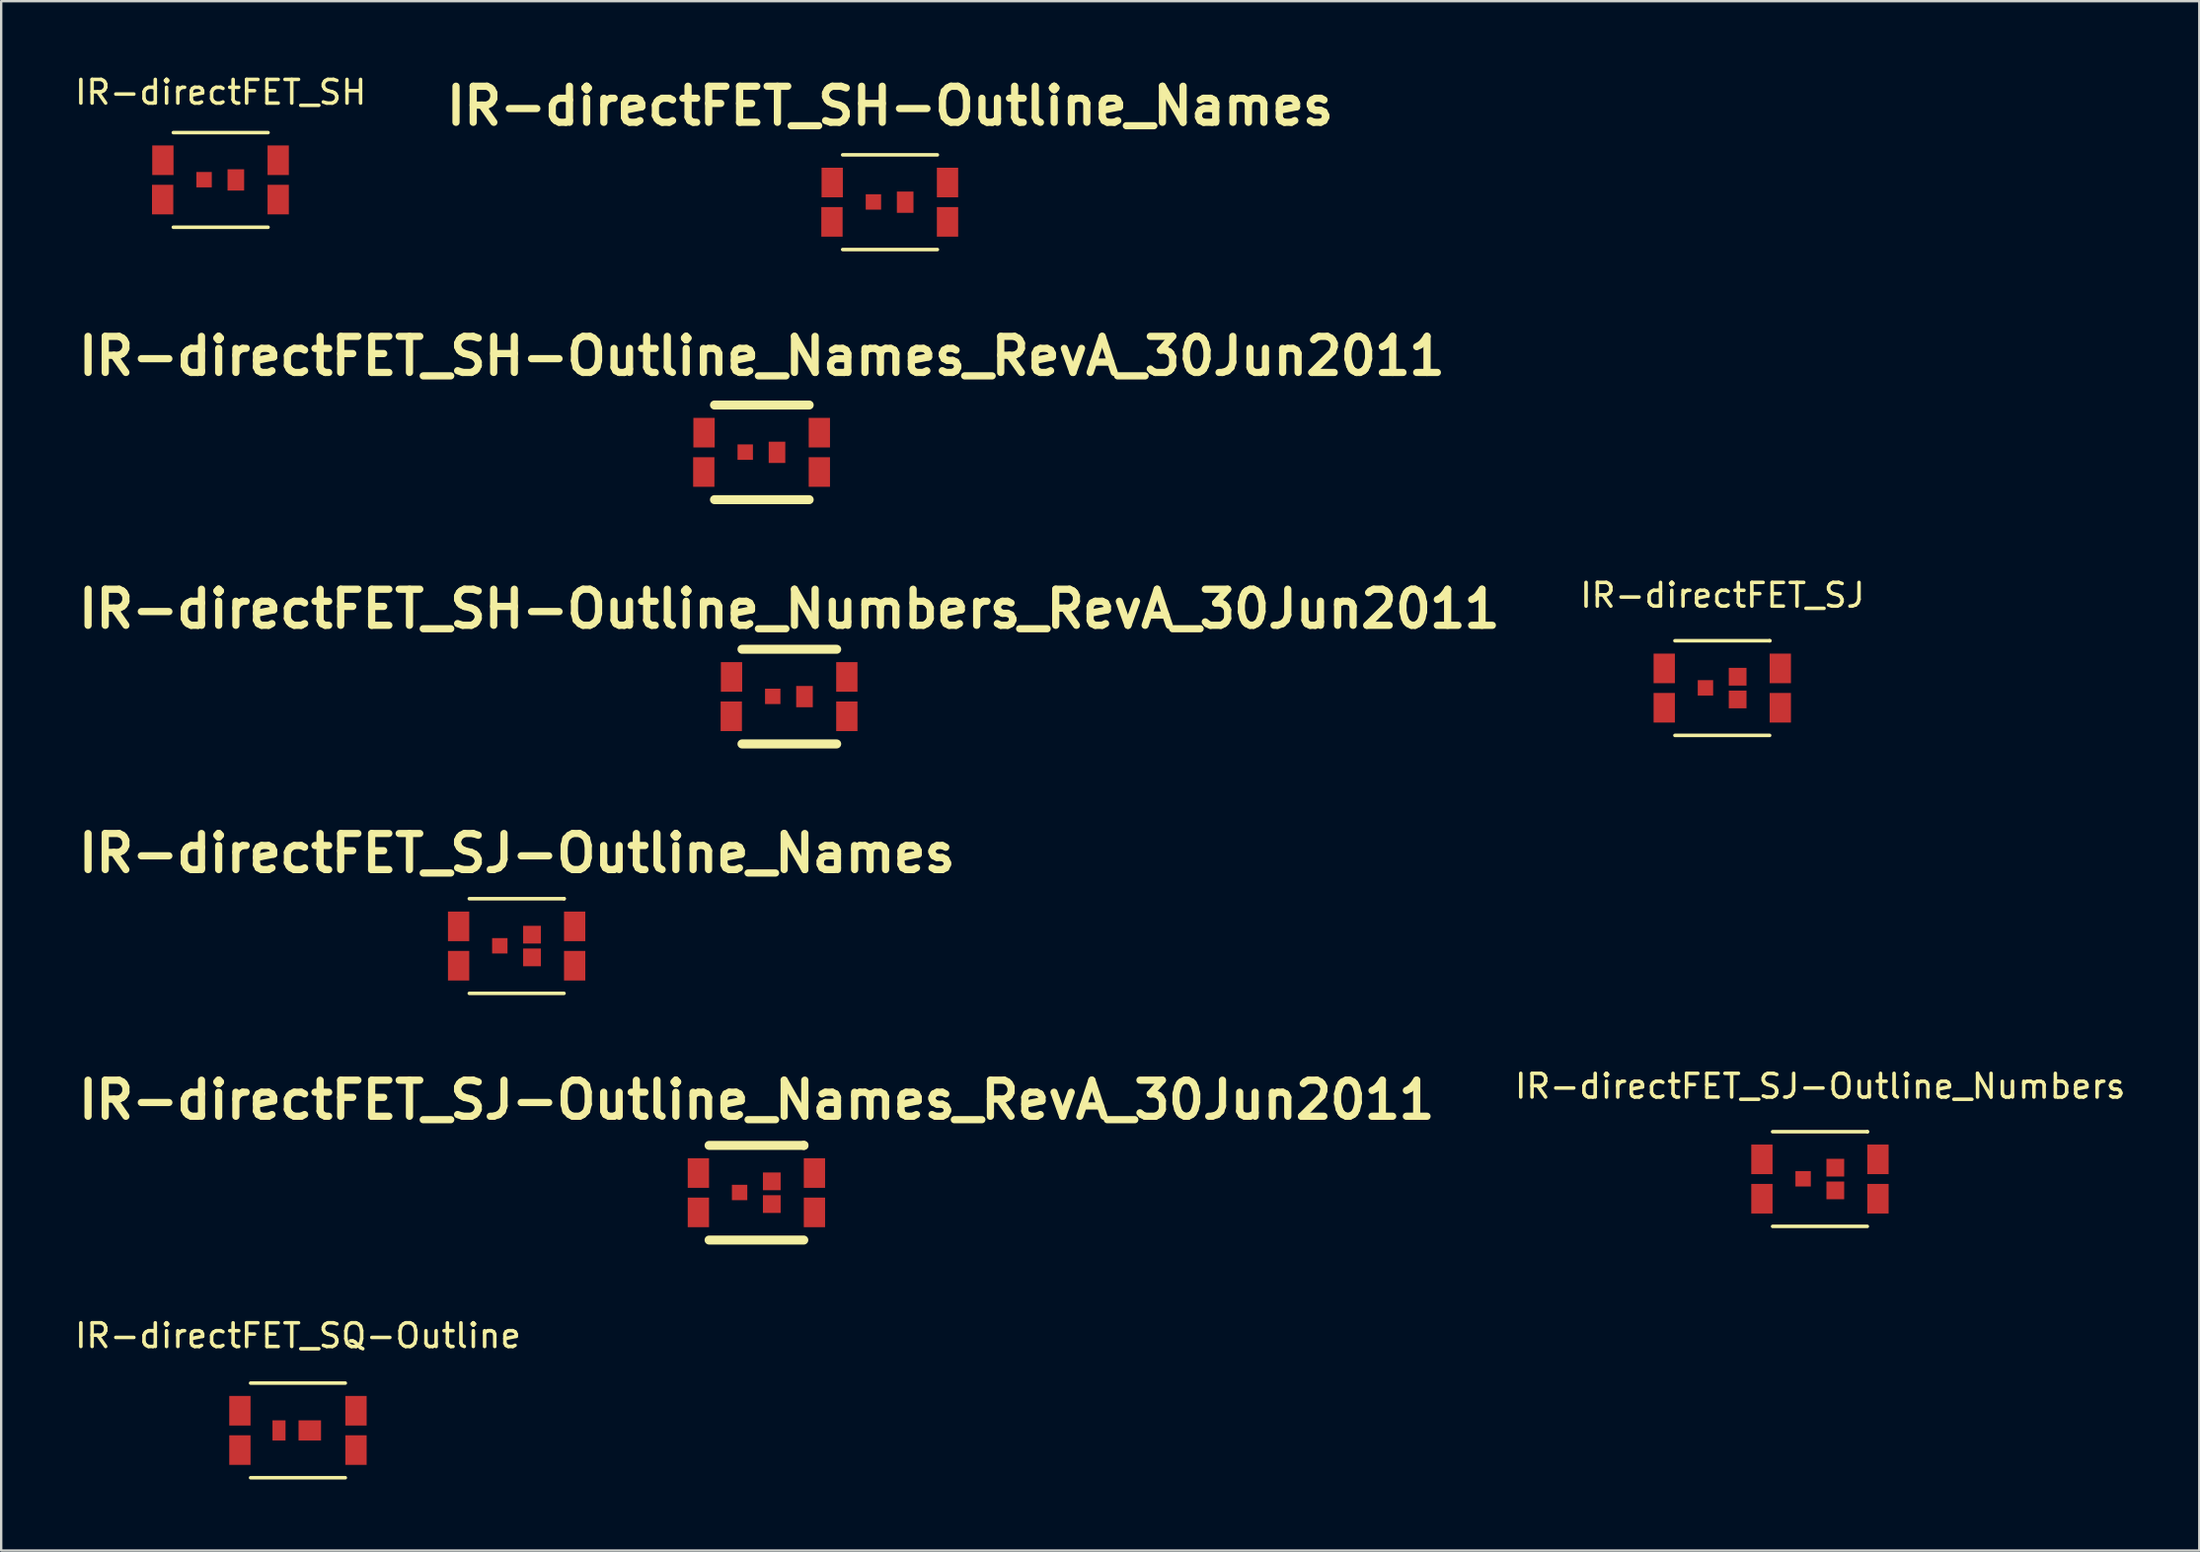
<source format=kicad_pcb>
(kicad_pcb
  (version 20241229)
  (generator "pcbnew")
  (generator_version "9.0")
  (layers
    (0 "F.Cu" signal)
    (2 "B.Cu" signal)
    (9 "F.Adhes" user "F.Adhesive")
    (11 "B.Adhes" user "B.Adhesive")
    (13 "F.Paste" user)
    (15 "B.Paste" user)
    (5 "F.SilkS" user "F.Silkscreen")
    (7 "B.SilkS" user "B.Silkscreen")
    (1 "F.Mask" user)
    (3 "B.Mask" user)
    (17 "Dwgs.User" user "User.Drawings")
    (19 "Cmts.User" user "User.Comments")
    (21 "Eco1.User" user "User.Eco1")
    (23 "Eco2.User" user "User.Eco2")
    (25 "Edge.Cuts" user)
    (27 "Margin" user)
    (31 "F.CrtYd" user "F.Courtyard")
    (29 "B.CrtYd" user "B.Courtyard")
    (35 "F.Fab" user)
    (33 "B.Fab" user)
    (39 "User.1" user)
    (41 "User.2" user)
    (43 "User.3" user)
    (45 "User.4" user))
  (footprint "IR-directFET_SH"
    (layer "F.Cu")
    (at 6.268 4.549)
    (property "Reference" "IR-directFET_SH" (at 0 -3.701 0) (layer "F.SilkS") (effects (font (size 1 1) (thickness 0.15))))
    (attr through_hole)
    (fp_line (start -1.999 -1.999) (end 1.999 -1.999) (stroke (width 0.15) (type solid)) (layer "F.SilkS"))
    (fp_line (start 1.999 1.999) (end -1.999 1.999) (stroke (width 0.15) (type solid)) (layer "F.SilkS"))
    (pad "D" smd rect (at -2.451 0.831) (size 0.899 1.25) (layers "F.Cu" "F.Mask" "F.Paste"))
    (pad "D" smd rect (at -2.441 -0.831) (size 0.899 1.25) (layers "F.Cu" "F.Mask" "F.Paste"))
    (pad "D" smd rect (at 2.428 -0.831) (size 0.899 1.25) (layers "F.Cu" "F.Mask" "F.Paste"))
    (pad "D" smd rect (at 2.428 0.831) (size 0.899 1.25) (layers "F.Cu" "F.Mask" "F.Paste"))
    (pad "G" smd rect (at -0.701 -0.01) (size 0.65 0.65) (layers "F.Cu" "F.Mask" "F.Paste"))
    (pad "S" smd rect (at 0.64 0) (size 0.701 0.899) (layers "F.Cu" "F.Mask" "F.Paste")))
  (footprint "IR-directFET_SH-Outline_Names"
    (layer "F.Cu")
    (at 34.528 5.49)
    (property "Reference" "IR-directFET_SH-Outline_Names" (at 0 -4.064 0) (layer "F.SilkS") (effects (font (size 1.524 1.524) (thickness 0.305))))
    (attr through_hole)
    (fp_line (start -1.999 -1.999) (end 1.999 -1.999) (stroke (width 0.15) (type solid)) (layer "F.SilkS"))
    (fp_line (start 1.999 1.999) (end -1.999 1.999) (stroke (width 0.15) (type solid)) (layer "F.SilkS"))
    (pad "D" smd rect (at -2.451 0.831) (size 0.899 1.25) (layers "F.Cu" "F.Mask" "F.Paste"))
    (pad "D" smd rect (at -2.441 -0.831) (size 0.899 1.25) (layers "F.Cu" "F.Mask" "F.Paste"))
    (pad "D" smd rect (at 2.428 -0.831) (size 0.899 1.25) (layers "F.Cu" "F.Mask" "F.Paste"))
    (pad "D" smd rect (at 2.428 0.831) (size 0.899 1.25) (layers "F.Cu" "F.Mask" "F.Paste"))
    (pad "G" smd rect (at -0.701 -0.01) (size 0.65 0.65) (layers "F.Cu" "F.Mask" "F.Paste"))
    (pad "S" smd rect (at 0.64 0) (size 0.701 0.899) (layers "F.Cu" "F.Mask" "F.Paste")))
  (footprint "IR-directFET_SJ-Outline_Names_RevA_30Jun2011"
    (layer "F.Cu")
    (at 28.888 47.326)
    (property "Reference" "IR-directFET_SJ-Outline_Names_RevA_30Jun2011" (at 0.01 -3.919 0) (layer "F.SilkS") (effects (font (size 1.524 1.524) (thickness 0.305))))
    (attr through_hole)
    (fp_line (start -1.999 -1.999) (end 1.999 -1.999) (stroke (width 0.381) (type solid)) (layer "F.SilkS"))
    (fp_line (start 1.999 -1.999) (end 2.009 -1.999) (stroke (width 0.381) (type solid)) (layer "F.SilkS"))
    (fp_line (start 1.999 1.999) (end -1.999 1.999) (stroke (width 0.381) (type solid)) (layer "F.SilkS"))
    (pad "D" smd rect (at -2.451 -0.831) (size 0.899 1.25) (layers "F.Cu" "F.Mask" "F.Paste"))
    (pad "D" smd rect (at -2.451 0.831) (size 0.899 1.25) (layers "F.Cu" "F.Mask" "F.Paste"))
    (pad "D" smd rect (at 2.449 -0.831) (size 0.899 1.25) (layers "F.Cu" "F.Mask" "F.Paste"))
    (pad "D" smd rect (at 2.449 0.831) (size 0.899 1.25) (layers "F.Cu" "F.Mask" "F.Paste"))
    (pad "G" smd rect (at -0.711 -0.01) (size 0.65 0.65) (layers "F.Cu" "F.Mask" "F.Paste"))
    (pad "S" smd rect (at 0.648 -0.48) (size 0.749 0.749) (layers "F.Cu" "F.Mask" "F.Paste"))
    (pad "S" smd rect (at 0.648 0.48) (size 0.749 0.749) (layers "F.Cu" "F.Mask" "F.Paste")))
  (footprint "IR-directFET_SH-Outline_Names_RevA_30Jun2011"
    (layer "F.Cu")
    (at 29.116 16.055)
    (property "Reference" "IR-directFET_SH-Outline_Names_RevA_30Jun2011" (at 0 -4.064 0) (layer "F.SilkS") (effects (font (size 1.524 1.524) (thickness 0.305))))
    (attr through_hole)
    (fp_line (start -1.999 -1.999) (end 1.999 -1.999) (stroke (width 0.381) (type solid)) (layer "F.SilkS"))
    (fp_line (start 1.999 1.999) (end -1.999 1.999) (stroke (width 0.381) (type solid)) (layer "F.SilkS"))
    (pad "D" smd rect (at -2.451 0.831) (size 0.899 1.25) (layers "F.Cu" "F.Mask" "F.Paste"))
    (pad "D" smd rect (at -2.441 -0.831) (size 0.899 1.25) (layers "F.Cu" "F.Mask" "F.Paste"))
    (pad "D" smd rect (at 2.428 -0.831) (size 0.899 1.25) (layers "F.Cu" "F.Mask" "F.Paste"))
    (pad "D" smd rect (at 2.428 0.831) (size 0.899 1.25) (layers "F.Cu" "F.Mask" "F.Paste"))
    (pad "G" smd rect (at -0.701 -0.01) (size 0.65 0.65) (layers "F.Cu" "F.Mask" "F.Paste"))
    (pad "S" smd rect (at 0.64 0) (size 0.701 0.899) (layers "F.Cu" "F.Mask" "F.Paste")))
  (footprint "IR-directFET_SH-Outline_Numbers_RevA_30Jun2011"
    (layer "F.Cu")
    (at 30.277 26.372)
    (property "Reference" "IR-directFET_SH-Outline_Numbers_RevA_30Jun2011" (at 0 -3.701 0) (layer "F.SilkS") (effects (font (size 1.524 1.524) (thickness 0.305))))
    (attr through_hole)
    (fp_line (start -1.999 -1.999) (end 1.999 -1.999) (stroke (width 0.381) (type solid)) (layer "F.SilkS"))
    (fp_line (start 1.999 1.999) (end -1.999 1.999) (stroke (width 0.381) (type solid)) (layer "F.SilkS"))
    (pad "D" smd rect (at -2.451 0.831) (size 0.899 1.25) (layers "F.Cu" "F.Mask" "F.Paste"))
    (pad "D" smd rect (at -2.441 -0.831) (size 0.899 1.25) (layers "F.Cu" "F.Mask" "F.Paste"))
    (pad "D" smd rect (at 2.428 -0.831) (size 0.899 1.25) (layers "F.Cu" "F.Mask" "F.Paste"))
    (pad "D" smd rect (at 2.428 0.831) (size 0.899 1.25) (layers "F.Cu" "F.Mask" "F.Paste"))
    (pad "G" smd rect (at -0.701 -0.01) (size 0.65 0.65) (layers "F.Cu" "F.Mask" "F.Paste"))
    (pad "S" smd rect (at 0.64 0) (size 0.701 0.899) (layers "F.Cu" "F.Mask" "F.Paste")))
  (footprint "IR-directFET_SJ"
    (layer "F.Cu")
    (at 69.668 26.012)
    (property "Reference" "IR-directFET_SJ" (at 0.01 -3.919 0) (layer "F.SilkS") (effects (font (size 1 1) (thickness 0.15))))
    (attr through_hole)
    (fp_line (start -1.999 -1.999) (end 1.999 -1.999) (stroke (width 0.15) (type solid)) (layer "F.SilkS"))
    (fp_line (start 1.999 -1.999) (end 2.009 -1.999) (stroke (width 0.15) (type solid)) (layer "F.SilkS"))
    (fp_line (start 1.999 1.999) (end -1.999 1.999) (stroke (width 0.15) (type solid)) (layer "F.SilkS"))
    (pad "1" smd rect (at 2.449 -0.831) (size 0.899 1.25) (layers "F.Cu" "F.Mask" "F.Paste"))
    (pad "2" smd rect (at 2.449 0.831) (size 0.899 1.25) (layers "F.Cu" "F.Mask" "F.Paste"))
    (pad "3" smd rect (at 0.648 -0.48) (size 0.749 0.749) (layers "F.Cu" "F.Mask" "F.Paste"))
    (pad "4" smd rect (at 0.648 0.48) (size 0.749 0.749) (layers "F.Cu" "F.Mask" "F.Paste"))
    (pad "5" smd rect (at -0.711 -0.01) (size 0.65 0.65) (layers "F.Cu" "F.Mask" "F.Paste"))
    (pad "6" smd rect (at -2.451 -0.831) (size 0.899 1.25) (layers "F.Cu" "F.Mask" "F.Paste"))
    (pad "7" smd rect (at -2.451 0.831) (size 0.899 1.25) (layers "F.Cu" "F.Mask" "F.Paste")))
  (footprint "IR-directFET_SJ-Outline_Numbers"
    (layer "F.Cu")
    (at 73.792 46.748)
    (property "Reference" "IR-directFET_SJ-Outline_Numbers" (at 0.01 -3.919 0) (layer "F.SilkS") (effects (font (size 1 1) (thickness 0.15))))
    (attr through_hole)
    (fp_line (start -1.999 -1.999) (end 1.999 -1.999) (stroke (width 0.15) (type solid)) (layer "F.SilkS"))
    (fp_line (start 1.999 -1.999) (end 2.009 -1.999) (stroke (width 0.15) (type solid)) (layer "F.SilkS"))
    (fp_line (start 1.999 1.999) (end -1.999 1.999) (stroke (width 0.15) (type solid)) (layer "F.SilkS"))
    (pad "1" smd rect (at 2.449 -0.831) (size 0.899 1.25) (layers "F.Cu" "F.Mask" "F.Paste"))
    (pad "2" smd rect (at 2.449 0.831) (size 0.899 1.25) (layers "F.Cu" "F.Mask" "F.Paste"))
    (pad "3" smd rect (at 0.648 -0.48) (size 0.749 0.749) (layers "F.Cu" "F.Mask" "F.Paste"))
    (pad "4" smd rect (at 0.648 0.48) (size 0.749 0.749) (layers "F.Cu" "F.Mask" "F.Paste"))
    (pad "5" smd rect (at -0.711 -0.01) (size 0.65 0.65) (layers "F.Cu" "F.Mask" "F.Paste"))
    (pad "6" smd rect (at -2.451 -0.831) (size 0.899 1.25) (layers "F.Cu" "F.Mask" "F.Paste"))
    (pad "7" smd rect (at -2.451 0.831) (size 0.899 1.25) (layers "F.Cu" "F.Mask" "F.Paste")))
  (footprint "IR-directFET_SQ-Outline"
    (layer "F.Cu")
    (at 9.53 57.365)
    (property "Reference" "IR-directFET_SQ-Outline" (at 0 -4 0) (layer "F.SilkS") (effects (font (size 1 1) (thickness 0.15))))
    (attr through_hole)
    (fp_line (start -1.999 -1.999) (end 1.999 -1.999) (stroke (width 0.15) (type solid)) (layer "F.SilkS"))
    (fp_line (start 1.999 1.999) (end -1.999 1.999) (stroke (width 0.15) (type solid)) (layer "F.SilkS"))
    (pad "1" smd rect (at 2.451 -0.831) (size 0.899 1.25) (layers "F.Cu" "F.Mask" "F.Paste"))
    (pad "2" smd rect (at 2.451 0.831) (size 0.899 1.25) (layers "F.Cu" "F.Mask" "F.Paste"))
    (pad "3" smd rect (at 0.5 0) (size 0.95 0.851) (layers "F.Cu" "F.Mask" "F.Paste"))
    (pad "4" smd rect (at -0.8 0) (size 0.551 0.851) (layers "F.Cu" "F.Mask" "F.Paste"))
    (pad "5" smd rect (at -2.451 -0.831) (size 0.899 1.25) (layers "F.Cu" "F.Mask" "F.Paste"))
    (pad "6" smd rect (at -2.451 0.831) (size 0.899 1.25) (layers "F.Cu" "F.Mask" "F.Paste")))
  (footprint "IR-directFET_SJ-Outline_Names"
    (layer "F.Cu")
    (at 18.764 36.907)
    (property "Reference" "IR-directFET_SJ-Outline_Names" (at 0.01 -3.919 0) (layer "F.SilkS") (effects (font (size 1.524 1.524) (thickness 0.305))))
    (attr through_hole)
    (fp_line (start -1.999 -1.999) (end 1.999 -1.999) (stroke (width 0.15) (type solid)) (layer "F.SilkS"))
    (fp_line (start 1.999 -1.999) (end 2.009 -1.999) (stroke (width 0.15) (type solid)) (layer "F.SilkS"))
    (fp_line (start 1.999 1.999) (end -1.999 1.999) (stroke (width 0.15) (type solid)) (layer "F.SilkS"))
    (pad "D" smd rect (at -2.451 -0.831) (size 0.899 1.25) (layers "F.Cu" "F.Mask" "F.Paste"))
    (pad "D" smd rect (at -2.451 0.831) (size 0.899 1.25) (layers "F.Cu" "F.Mask" "F.Paste"))
    (pad "D" smd rect (at 2.449 -0.831) (size 0.899 1.25) (layers "F.Cu" "F.Mask" "F.Paste"))
    (pad "D" smd rect (at 2.449 0.831) (size 0.899 1.25) (layers "F.Cu" "F.Mask" "F.Paste"))
    (pad "G" smd rect (at -0.711 -0.01) (size 0.65 0.65) (layers "F.Cu" "F.Mask" "F.Paste"))
    (pad "S" smd rect (at 0.648 -0.48) (size 0.749 0.749) (layers "F.Cu" "F.Mask" "F.Paste"))
    (pad "S" smd rect (at 0.648 0.48) (size 0.749 0.749) (layers "F.Cu" "F.Mask" "F.Paste")))
  (gr_rect
    (start -3 -3)
    (end 89.808 62.439)
    (stroke (width 0.1) (type default))
    (fill no)
    (layer "Edge.Cuts")))
</source>
